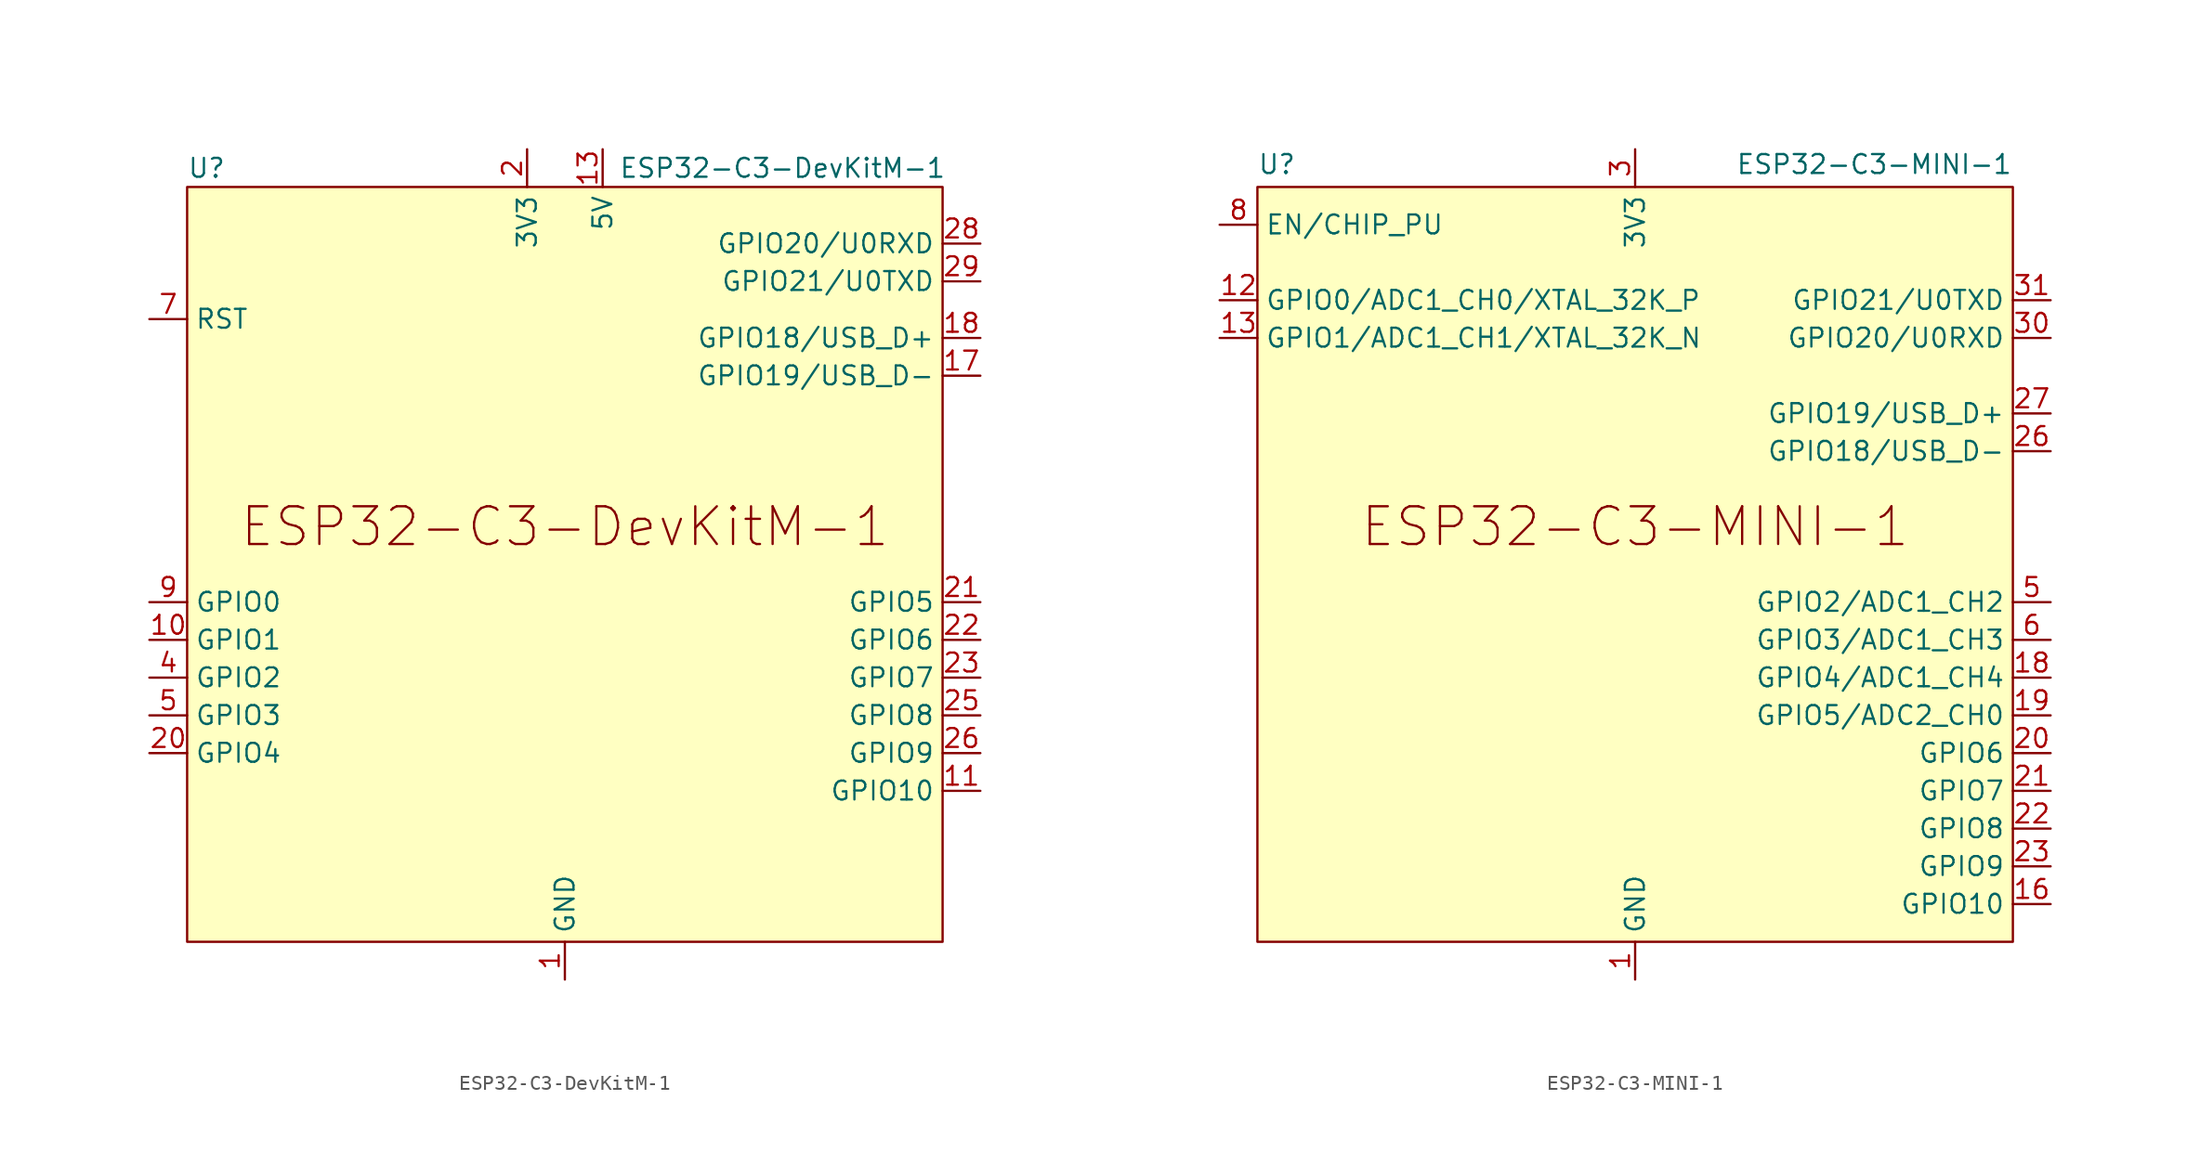
<source format=kicad_sym>
(kicad_symbol_lib
  (version 20241209)
  (generator "kicad_symbol_editor")
  (generator_version "9.0")
  (symbol "ESP32-C3-DevKitM-1"
    (property "Reference" "U"
      (at -25.4 26.67 0)
      (effects (font (size 1.27 1.27)) (justify left)))
    (property "Value" "ESP32-C3-DevKitM-1"
      (at 25.654 26.67 0)
      (effects (font (size 1.27 1.27)) (justify right)))
    (symbol "ESP32-C3-DevKitM-1_0_1"
      (rectangle (start -25.4 25.4) (end 25.4 -25.4) (stroke (width 0) (type default)) (fill (type background))))
    (symbol "ESP32-C3-DevKitM-1_1_0"
      (text "ESP32-C3-DevKitM-1" (at 0 2.54 0) (effects (font (size 2.54 2.54)))))
    (symbol "ESP32-C3-DevKitM-1_1_1"
      (pin output line (at -27.94 16.51 0) (length 2.54) (name "RST" (effects (font (size 1.27 1.27)))) (number "7" (effects (font (size 1.27 1.27)))))
      (pin bidirectional line (at -27.94 -2.54 0) (length 2.54) (name "GPIO0" (effects (font (size 1.27 1.27)))) (number "9" (effects (font (size 1.27 1.27)))))
      (pin bidirectional line (at -27.94 -5.08 0) (length 2.54) (name "GPIO1" (effects (font (size 1.27 1.27)))) (number "10" (effects (font (size 1.27 1.27)))))
      (pin bidirectional line (at -27.94 -7.62 0) (length 2.54) (name "GPIO2" (effects (font (size 1.27 1.27)))) (number "4" (effects (font (size 1.27 1.27)))))
      (pin bidirectional line (at -27.94 -10.16 0) (length 2.54) (name "GPIO3" (effects (font (size 1.27 1.27)))) (number "5" (effects (font (size 1.27 1.27)))))
      (pin bidirectional line (at -27.94 -12.7 0) (length 2.54) (name "GPIO4" (effects (font (size 1.27 1.27)))) (number "20" (effects (font (size 1.27 1.27)))))
      (pin power_in line (at -2.54 27.94 270) (length 2.54) (name "3V3" (effects (font (size 1.27 1.27)))) (number "2" (effects (font (size 1.27 1.27)))))
      (pin power_in line (at -2.54 27.94 270) (length 2.54) (hide yes) (name "3V3" (effects (font (size 1.27 1.27)))) (number "3" (effects (font (size 1.27 1.27)))))
      (pin passive line (at 0 -27.94 90) (length 2.54) (name "GND" (effects (font (size 1.27 1.27)))) (number "1" (effects (font (size 1.27 1.27)))))
      (pin passive line (at 0 -27.94 90) (length 2.54) (hide yes) (name "GND" (effects (font (size 1.27 1.27)))) (number "12" (effects (font (size 1.27 1.27)))))
      (pin passive line (at 0 -27.94 90) (length 2.54) (hide yes) (name "GND" (effects (font (size 1.27 1.27)))) (number "15" (effects (font (size 1.27 1.27)))))
      (pin passive line (at 0 -27.94 90) (length 2.54) (hide yes) (name "GND" (effects (font (size 1.27 1.27)))) (number "16" (effects (font (size 1.27 1.27)))))
      (pin passive line (at 0 -27.94 90) (length 2.54) (hide yes) (name "GND" (effects (font (size 1.27 1.27)))) (number "19" (effects (font (size 1.27 1.27)))))
      (pin passive line (at 0 -27.94 90) (length 2.54) (hide yes) (name "GND" (effects (font (size 1.27 1.27)))) (number "24" (effects (font (size 1.27 1.27)))))
      (pin passive line (at 0 -27.94 90) (length 2.54) (hide yes) (name "GND" (effects (font (size 1.27 1.27)))) (number "27" (effects (font (size 1.27 1.27)))))
      (pin passive line (at 0 -27.94 90) (length 2.54) (hide yes) (name "GND" (effects (font (size 1.27 1.27)))) (number "30" (effects (font (size 1.27 1.27)))))
      (pin passive line (at 0 -27.94 90) (length 2.54) (hide yes) (name "GND" (effects (font (size 1.27 1.27)))) (number "6" (effects (font (size 1.27 1.27)))))
      (pin passive line (at 0 -27.94 90) (length 2.54) (hide yes) (name "GND" (effects (font (size 1.27 1.27)))) (number "8" (effects (font (size 1.27 1.27)))))
      (pin power_in line (at 2.54 27.94 270) (length 2.54) (name "5V" (effects (font (size 1.27 1.27)))) (number "13" (effects (font (size 1.27 1.27)))))
      (pin power_in line (at 2.54 27.94 270) (length 2.54) (hide yes) (name "5V" (effects (font (size 1.27 1.27)))) (number "14" (effects (font (size 1.27 1.27)))))
      (pin bidirectional line (at 27.94 21.59 180) (length 2.54) (name "GPIO20/U0RXD" (effects (font (size 1.27 1.27)))) (number "28" (effects (font (size 1.27 1.27)))))
      (pin bidirectional line (at 27.94 19.05 180) (length 2.54) (name "GPIO21/U0TXD" (effects (font (size 1.27 1.27)))) (number "29" (effects (font (size 1.27 1.27)))))
      (pin bidirectional line (at 27.94 15.24 180) (length 2.54) (name "GPIO18/USB_D+" (effects (font (size 1.27 1.27)))) (number "18" (effects (font (size 1.27 1.27)))))
      (pin bidirectional line (at 27.94 12.7 180) (length 2.54) (name "GPIO19/USB_D-" (effects (font (size 1.27 1.27)))) (number "17" (effects (font (size 1.27 1.27)))))
      (pin bidirectional line (at 27.94 -2.54 180) (length 2.54) (name "GPIO5" (effects (font (size 1.27 1.27)))) (number "21" (effects (font (size 1.27 1.27)))))
      (pin bidirectional line (at 27.94 -5.08 180) (length 2.54) (name "GPIO6" (effects (font (size 1.27 1.27)))) (number "22" (effects (font (size 1.27 1.27)))))
      (pin bidirectional line (at 27.94 -7.62 180) (length 2.54) (name "GPIO7" (effects (font (size 1.27 1.27)))) (number "23" (effects (font (size 1.27 1.27)))))
      (pin bidirectional line (at 27.94 -10.16 180) (length 2.54) (name "GPIO8" (effects (font (size 1.27 1.27)))) (number "25" (effects (font (size 1.27 1.27)))))
      (pin bidirectional line (at 27.94 -12.7 180) (length 2.54) (name "GPIO9" (effects (font (size 1.27 1.27)))) (number "26" (effects (font (size 1.27 1.27)))))
      (pin bidirectional line (at 27.94 -15.24 180) (length 2.54) (name "GPIO10" (effects (font (size 1.27 1.27)))) (number "11" (effects (font (size 1.27 1.27)))))))
  (symbol "ESP32-C3-MINI-1"
    (property "Reference" "U"
      (at -25.4 26.924 0)
      (effects (font (size 1.27 1.27)) (justify left)))
    (property "Value" "ESP32-C3-MINI-1"
      (at 25.4 26.924 0)
      (effects (font (size 1.27 1.27)) (justify right)))
    (symbol "ESP32-C3-MINI-1_0_0"
      (text "ESP32-C3-MINI-1" (at 0 2.54 0) (effects (font (size 2.54 2.54)))))
    (symbol "ESP32-C3-MINI-1_0_1"
      (rectangle (start -25.4 25.4) (end 25.4 -25.4) (stroke (width 0) (type default)) (fill (type background))))
    (symbol "ESP32-C3-MINI-1_1_1"
      (pin input line (at -27.94 22.86 0) (length 2.54) (name "EN/CHIP_PU" (effects (font (size 1.27 1.27)))) (number "8" (effects (font (size 1.27 1.27)))))
      (pin bidirectional line (at -27.94 17.78 0) (length 2.54) (name "GPIO0/ADC1_CH0/XTAL_32K_P" (effects (font (size 1.27 1.27)))) (number "12" (effects (font (size 1.27 1.27)))))
      (pin bidirectional line (at -27.94 15.24 0) (length 2.54) (name "GPIO1/ADC1_CH1/XTAL_32K_N" (effects (font (size 1.27 1.27)))) (number "13" (effects (font (size 1.27 1.27)))))
      (pin no_connect line (at -25.4 10.16 0) (length 2.54) (hide yes) (name "NC" (effects (font (size 1.27 1.27)))) (number "4" (effects (font (size 1.27 1.27)))))
      (pin no_connect line (at -25.4 7.62 0) (length 2.54) (hide yes) (name "NC" (effects (font (size 1.27 1.27)))) (number "7" (effects (font (size 1.27 1.27)))))
      (pin no_connect line (at -25.4 5.08 0) (length 2.54) (hide yes) (name "NC" (effects (font (size 1.27 1.27)))) (number "9" (effects (font (size 1.27 1.27)))))
      (pin no_connect line (at -25.4 2.54 0) (length 2.54) (hide yes) (name "NC" (effects (font (size 1.27 1.27)))) (number "10" (effects (font (size 1.27 1.27)))))
      (pin no_connect line (at -25.4 0 0) (length 2.54) (hide yes) (name "NC" (effects (font (size 1.27 1.27)))) (number "15" (effects (font (size 1.27 1.27)))))
      (pin no_connect line (at -25.4 -2.54 0) (length 2.54) (hide yes) (name "NC" (effects (font (size 1.27 1.27)))) (number "17" (effects (font (size 1.27 1.27)))))
      (pin no_connect line (at -25.4 -5.08 0) (length 2.54) (hide yes) (name "NC" (effects (font (size 1.27 1.27)))) (number "24" (effects (font (size 1.27 1.27)))))
      (pin no_connect line (at -25.4 -7.62 0) (length 2.54) (hide yes) (name "NC" (effects (font (size 1.27 1.27)))) (number "25" (effects (font (size 1.27 1.27)))))
      (pin no_connect line (at -25.4 -10.16 0) (length 2.54) (hide yes) (name "NC" (effects (font (size 1.27 1.27)))) (number "28" (effects (font (size 1.27 1.27)))))
      (pin no_connect line (at -25.4 -12.7 0) (length 2.54) (hide yes) (name "NC" (effects (font (size 1.27 1.27)))) (number "29" (effects (font (size 1.27 1.27)))))
      (pin no_connect line (at -25.4 -15.24 0) (length 2.54) (hide yes) (name "NC" (effects (font (size 1.27 1.27)))) (number "32" (effects (font (size 1.27 1.27)))))
      (pin no_connect line (at -25.4 -17.78 0) (length 2.54) (hide yes) (name "NC" (effects (font (size 1.27 1.27)))) (number "33" (effects (font (size 1.27 1.27)))))
      (pin no_connect line (at -25.4 -20.32 0) (length 2.54) (hide yes) (name "NC" (effects (font (size 1.27 1.27)))) (number "34" (effects (font (size 1.27 1.27)))))
      (pin no_connect line (at -25.4 -22.86 0) (length 2.54) (hide yes) (name "NC" (effects (font (size 1.27 1.27)))) (number "35" (effects (font (size 1.27 1.27)))))
      (pin power_in line (at 0 27.94 270) (length 2.54) (name "3V3" (effects (font (size 1.27 1.27)))) (number "3" (effects (font (size 1.27 1.27)))))
      (pin power_in line (at 0 -27.94 90) (length 2.54) (name "GND" (effects (font (size 1.27 1.27)))) (number "1" (effects (font (size 1.27 1.27)))))
      (pin passive line (at 0 -27.94 90) (length 2.54) (hide yes) (name "GND" (effects (font (size 1.27 1.27)))) (number "11" (effects (font (size 1.27 1.27)))))
      (pin passive line (at 0 -27.94 90) (length 2.54) (hide yes) (name "GND" (effects (font (size 1.27 1.27)))) (number "14" (effects (font (size 1.27 1.27)))))
      (pin passive line (at 0 -27.94 90) (length 2.54) (hide yes) (name "GND" (effects (font (size 1.27 1.27)))) (number "2" (effects (font (size 1.27 1.27)))))
      (pin passive line (at 0 -27.94 90) (length 2.54) (hide yes) (name "GND" (effects (font (size 1.27 1.27)))) (number "36" (effects (font (size 1.27 1.27)))))
      (pin passive line (at 0 -27.94 90) (length 2.54) (hide yes) (name "GND" (effects (font (size 1.27 1.27)))) (number "37" (effects (font (size 1.27 1.27)))))
      (pin passive line (at 0 -27.94 90) (length 2.54) (hide yes) (name "GND" (effects (font (size 1.27 1.27)))) (number "38" (effects (font (size 1.27 1.27)))))
      (pin passive line (at 0 -27.94 90) (length 2.54) (hide yes) (name "GND" (effects (font (size 1.27 1.27)))) (number "39" (effects (font (size 1.27 1.27)))))
      (pin passive line (at 0 -27.94 90) (length 2.54) (hide yes) (name "GND" (effects (font (size 1.27 1.27)))) (number "40" (effects (font (size 1.27 1.27)))))
      (pin passive line (at 0 -27.94 90) (length 2.54) (hide yes) (name "GND" (effects (font (size 1.27 1.27)))) (number "41" (effects (font (size 1.27 1.27)))))
      (pin passive line (at 0 -27.94 90) (length 2.54) (hide yes) (name "GND" (effects (font (size 1.27 1.27)))) (number "42" (effects (font (size 1.27 1.27)))))
      (pin passive line (at 0 -27.94 90) (length 2.54) (hide yes) (name "GND" (effects (font (size 1.27 1.27)))) (number "43" (effects (font (size 1.27 1.27)))))
      (pin passive line (at 0 -27.94 90) (length 2.54) (hide yes) (name "GND" (effects (font (size 1.27 1.27)))) (number "44" (effects (font (size 1.27 1.27)))))
      (pin passive line (at 0 -27.94 90) (length 2.54) (hide yes) (name "GND" (effects (font (size 1.27 1.27)))) (number "45" (effects (font (size 1.27 1.27)))))
      (pin passive line (at 0 -27.94 90) (length 2.54) (hide yes) (name "GND" (effects (font (size 1.27 1.27)))) (number "46" (effects (font (size 1.27 1.27)))))
      (pin passive line (at 0 -27.94 90) (length 2.54) (hide yes) (name "GND" (effects (font (size 1.27 1.27)))) (number "47" (effects (font (size 1.27 1.27)))))
      (pin passive line (at 0 -27.94 90) (length 2.54) (hide yes) (name "GND" (effects (font (size 1.27 1.27)))) (number "48" (effects (font (size 1.27 1.27)))))
      (pin passive line (at 0 -27.94 90) (length 2.54) (hide yes) (name "GND" (effects (font (size 1.27 1.27)))) (number "49" (effects (font (size 1.27 1.27)))))
      (pin passive line (at 0 -27.94 90) (length 2.54) (hide yes) (name "GND" (effects (font (size 1.27 1.27)))) (number "50" (effects (font (size 1.27 1.27)))))
      (pin passive line (at 0 -27.94 90) (length 2.54) (hide yes) (name "GND" (effects (font (size 1.27 1.27)))) (number "51" (effects (font (size 1.27 1.27)))))
      (pin passive line (at 0 -27.94 90) (length 2.54) (hide yes) (name "GND" (effects (font (size 1.27 1.27)))) (number "52" (effects (font (size 1.27 1.27)))))
      (pin passive line (at 0 -27.94 90) (length 2.54) (hide yes) (name "GND" (effects (font (size 1.27 1.27)))) (number "53" (effects (font (size 1.27 1.27)))))
      (pin bidirectional line (at 27.94 17.78 180) (length 2.54) (name "GPIO21/U0TXD" (effects (font (size 1.27 1.27)))) (number "31" (effects (font (size 1.27 1.27)))))
      (pin bidirectional line (at 27.94 15.24 180) (length 2.54) (name "GPIO20/U0RXD" (effects (font (size 1.27 1.27)))) (number "30" (effects (font (size 1.27 1.27)))))
      (pin bidirectional line (at 27.94 10.16 180) (length 2.54) (name "GPIO19/USB_D+" (effects (font (size 1.27 1.27)))) (number "27" (effects (font (size 1.27 1.27)))))
      (pin bidirectional line (at 27.94 7.62 180) (length 2.54) (name "GPIO18/USB_D-" (effects (font (size 1.27 1.27)))) (number "26" (effects (font (size 1.27 1.27)))))
      (pin bidirectional line (at 27.94 -2.54 180) (length 2.54) (name "GPIO2/ADC1_CH2" (effects (font (size 1.27 1.27)))) (number "5" (effects (font (size 1.27 1.27)))))
      (pin bidirectional line (at 27.94 -5.08 180) (length 2.54) (name "GPIO3/ADC1_CH3" (effects (font (size 1.27 1.27)))) (number "6" (effects (font (size 1.27 1.27)))))
      (pin bidirectional line (at 27.94 -7.62 180) (length 2.54) (name "GPIO4/ADC1_CH4" (effects (font (size 1.27 1.27)))) (number "18" (effects (font (size 1.27 1.27)))))
      (pin bidirectional line (at 27.94 -10.16 180) (length 2.54) (name "GPIO5/ADC2_CH0" (effects (font (size 1.27 1.27)))) (number "19" (effects (font (size 1.27 1.27)))))
      (pin bidirectional line (at 27.94 -12.7 180) (length 2.54) (name "GPIO6" (effects (font (size 1.27 1.27)))) (number "20" (effects (font (size 1.27 1.27)))))
      (pin bidirectional line (at 27.94 -15.24 180) (length 2.54) (name "GPIO7" (effects (font (size 1.27 1.27)))) (number "21" (effects (font (size 1.27 1.27)))))
      (pin bidirectional line (at 27.94 -17.78 180) (length 2.54) (name "GPIO8" (effects (font (size 1.27 1.27)))) (number "22" (effects (font (size 1.27 1.27)))))
      (pin bidirectional line (at 27.94 -20.32 180) (length 2.54) (name "GPIO9" (effects (font (size 1.27 1.27)))) (number "23" (effects (font (size 1.27 1.27)))))
      (pin bidirectional line (at 27.94 -22.86 180) (length 2.54) (name "GPIO10" (effects (font (size 1.27 1.27)))) (number "16" (effects (font (size 1.27 1.27))))))))
</source>
